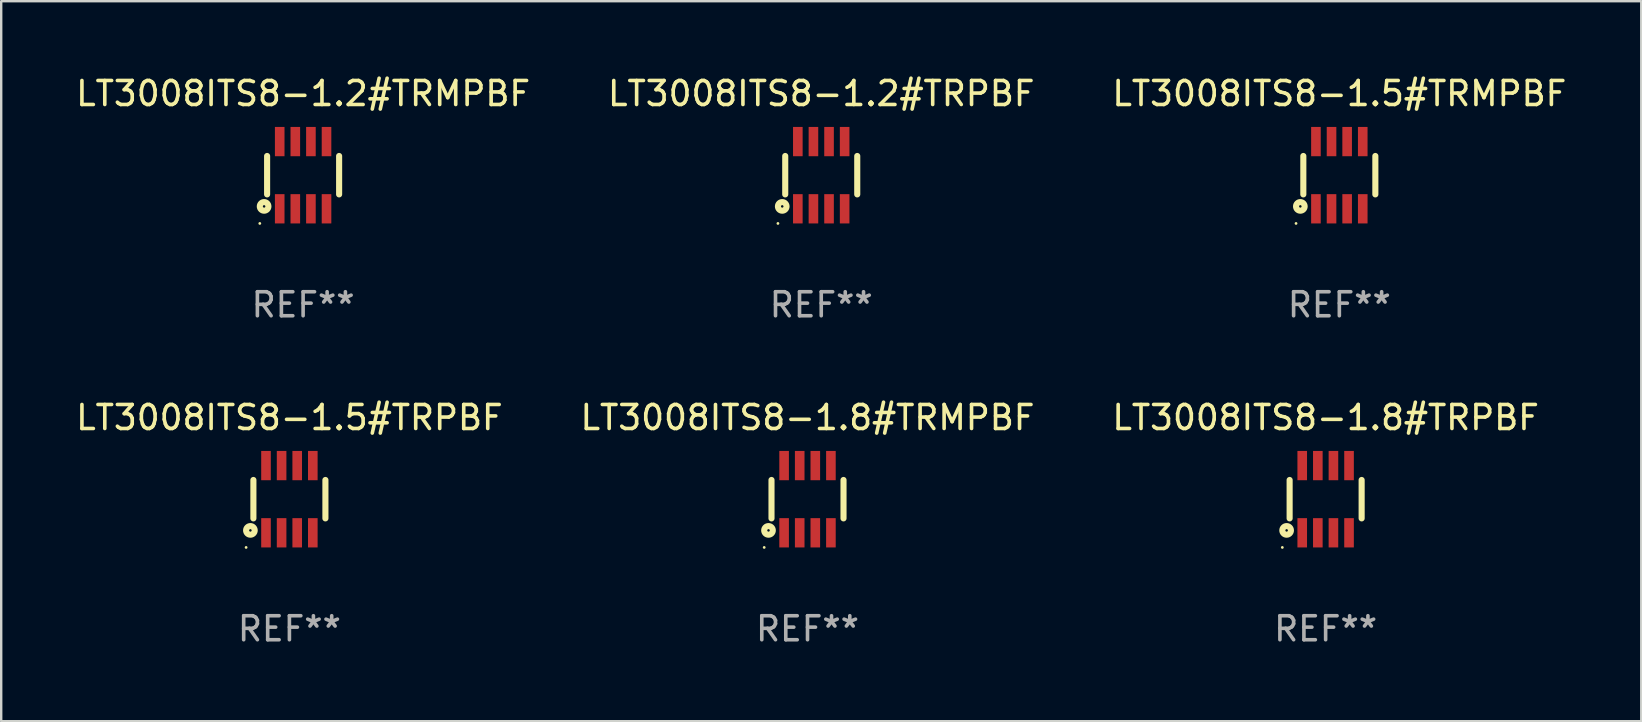
<source format=kicad_pcb>
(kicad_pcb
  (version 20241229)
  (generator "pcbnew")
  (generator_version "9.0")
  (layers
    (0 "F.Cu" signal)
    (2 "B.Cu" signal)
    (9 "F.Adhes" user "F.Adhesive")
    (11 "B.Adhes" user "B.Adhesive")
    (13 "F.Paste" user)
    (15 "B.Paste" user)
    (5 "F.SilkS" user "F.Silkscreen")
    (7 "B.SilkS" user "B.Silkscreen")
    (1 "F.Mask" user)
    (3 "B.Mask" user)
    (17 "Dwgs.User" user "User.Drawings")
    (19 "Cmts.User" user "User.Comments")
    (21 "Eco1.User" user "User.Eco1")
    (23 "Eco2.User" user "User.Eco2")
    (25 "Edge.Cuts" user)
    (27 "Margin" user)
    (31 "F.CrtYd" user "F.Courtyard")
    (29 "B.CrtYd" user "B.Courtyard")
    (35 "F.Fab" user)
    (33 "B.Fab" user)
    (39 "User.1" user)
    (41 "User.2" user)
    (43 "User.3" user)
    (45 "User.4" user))
  (footprint "LT3008ITS8-1.5#TRMPBF"
    (layer "F.Cu")
    (at 52.744 4.248)
    (property "Reference" "LT3008ITS8-1.5#TRMPBF" (at 0 -3.4 0) (layer "F.SilkS") (effects (font (size 1 1) (thickness 0.15))))
    (attr through_hole)
    (fp_line (start -1.5 0.8) (end -1.5 -0.8) (stroke (width 0.254) (type solid)) (layer "F.SilkS"))
    (fp_line (start 1.5 -0.8) (end 1.5 0.8) (stroke (width 0.254) (type solid)) (layer "F.SilkS"))
    (fp_circle (center -1.804 2.01) (end -1.774 2.01) (stroke (width 0.06) (type solid)) (fill no) (layer "F.SilkS"))
    (fp_circle (center -1.625 1.3) (end -1.573 1.3) (stroke (width 0.254) (type solid)) (fill no) (layer "F.SilkS"))
    (fp_text user "REF**" (at 0 5.4 0) (layer "F.Fab") (effects (font (size 1 1) (thickness 0.15))))
    (pad "1" smd rect (at -0.975 1.4 180) (size 0.4 1.22) (layers "F.Cu" "F.Mask" "F.Paste"))
    (pad "2" smd rect (at -0.325 1.4 180) (size 0.4 1.22) (layers "F.Cu" "F.Mask" "F.Paste"))
    (pad "3" smd rect (at 0.325 1.4 180) (size 0.4 1.22) (layers "F.Cu" "F.Mask" "F.Paste"))
    (pad "4" smd rect (at 0.975 1.4 180) (size 0.4 1.22) (layers "F.Cu" "F.Mask" "F.Paste"))
    (pad "5" smd rect (at 0.975 -1.4 180) (size 0.4 1.22) (layers "F.Cu" "F.Mask" "F.Paste"))
    (pad "6" smd rect (at 0.325 -1.4 180) (size 0.4 1.22) (layers "F.Cu" "F.Mask" "F.Paste"))
    (pad "7" smd rect (at -0.325 -1.4 180) (size 0.4 1.22) (layers "F.Cu" "F.Mask" "F.Paste"))
    (pad "8" smd rect (at -0.975 -1.4 180) (size 0.4 1.22) (layers "F.Cu" "F.Mask" "F.Paste")))
  (footprint "LT3008ITS8-1.2#TRPBF"
    (layer "F.Cu")
    (at 31.161 4.248)
    (property "Reference" "LT3008ITS8-1.2#TRPBF" (at 0 -3.4 0) (layer "F.SilkS") (effects (font (size 1 1) (thickness 0.15))))
    (attr through_hole)
    (fp_line (start -1.5 0.8) (end -1.5 -0.8) (stroke (width 0.254) (type solid)) (layer "F.SilkS"))
    (fp_line (start 1.5 -0.8) (end 1.5 0.8) (stroke (width 0.254) (type solid)) (layer "F.SilkS"))
    (fp_circle (center -1.804 2.01) (end -1.774 2.01) (stroke (width 0.06) (type solid)) (fill no) (layer "F.SilkS"))
    (fp_circle (center -1.625 1.3) (end -1.573 1.3) (stroke (width 0.254) (type solid)) (fill no) (layer "F.SilkS"))
    (fp_text user "REF**" (at 0 5.4 0) (layer "F.Fab") (effects (font (size 1 1) (thickness 0.15))))
    (pad "1" smd rect (at -0.975 1.4 180) (size 0.4 1.22) (layers "F.Cu" "F.Mask" "F.Paste"))
    (pad "2" smd rect (at -0.325 1.4 180) (size 0.4 1.22) (layers "F.Cu" "F.Mask" "F.Paste"))
    (pad "3" smd rect (at 0.325 1.4 180) (size 0.4 1.22) (layers "F.Cu" "F.Mask" "F.Paste"))
    (pad "4" smd rect (at 0.975 1.4 180) (size 0.4 1.22) (layers "F.Cu" "F.Mask" "F.Paste"))
    (pad "5" smd rect (at 0.975 -1.4 180) (size 0.4 1.22) (layers "F.Cu" "F.Mask" "F.Paste"))
    (pad "6" smd rect (at 0.325 -1.4 180) (size 0.4 1.22) (layers "F.Cu" "F.Mask" "F.Paste"))
    (pad "7" smd rect (at -0.325 -1.4 180) (size 0.4 1.22) (layers "F.Cu" "F.Mask" "F.Paste"))
    (pad "8" smd rect (at -0.975 -1.4 180) (size 0.4 1.22) (layers "F.Cu" "F.Mask" "F.Paste")))
  (footprint "LT3008ITS8-1.5#TRPBF"
    (layer "F.Cu")
    (at 9.006 17.745)
    (property "Reference" "LT3008ITS8-1.5#TRPBF" (at 0 -3.4 0) (layer "F.SilkS") (effects (font (size 1 1) (thickness 0.15))))
    (attr through_hole)
    (fp_line (start -1.5 0.8) (end -1.5 -0.8) (stroke (width 0.254) (type solid)) (layer "F.SilkS"))
    (fp_line (start 1.5 -0.8) (end 1.5 0.8) (stroke (width 0.254) (type solid)) (layer "F.SilkS"))
    (fp_circle (center -1.804 2.01) (end -1.774 2.01) (stroke (width 0.06) (type solid)) (fill no) (layer "F.SilkS"))
    (fp_circle (center -1.625 1.3) (end -1.573 1.3) (stroke (width 0.254) (type solid)) (fill no) (layer "F.SilkS"))
    (fp_text user "REF**" (at 0 5.4 0) (layer "F.Fab") (effects (font (size 1 1) (thickness 0.15))))
    (pad "1" smd rect (at -0.975 1.4 180) (size 0.4 1.22) (layers "F.Cu" "F.Mask" "F.Paste"))
    (pad "2" smd rect (at -0.325 1.4 180) (size 0.4 1.22) (layers "F.Cu" "F.Mask" "F.Paste"))
    (pad "3" smd rect (at 0.325 1.4 180) (size 0.4 1.22) (layers "F.Cu" "F.Mask" "F.Paste"))
    (pad "4" smd rect (at 0.975 1.4 180) (size 0.4 1.22) (layers "F.Cu" "F.Mask" "F.Paste"))
    (pad "5" smd rect (at 0.975 -1.4 180) (size 0.4 1.22) (layers "F.Cu" "F.Mask" "F.Paste"))
    (pad "6" smd rect (at 0.325 -1.4 180) (size 0.4 1.22) (layers "F.Cu" "F.Mask" "F.Paste"))
    (pad "7" smd rect (at -0.325 -1.4 180) (size 0.4 1.22) (layers "F.Cu" "F.Mask" "F.Paste"))
    (pad "8" smd rect (at -0.975 -1.4 180) (size 0.4 1.22) (layers "F.Cu" "F.Mask" "F.Paste")))
  (footprint "LT3008ITS8-1.8#TRMPBF"
    (layer "F.Cu")
    (at 30.589 17.745)
    (property "Reference" "LT3008ITS8-1.8#TRMPBF" (at 0 -3.4 0) (layer "F.SilkS") (effects (font (size 1 1) (thickness 0.15))))
    (attr through_hole)
    (fp_line (start -1.5 0.8) (end -1.5 -0.8) (stroke (width 0.254) (type solid)) (layer "F.SilkS"))
    (fp_line (start 1.5 -0.8) (end 1.5 0.8) (stroke (width 0.254) (type solid)) (layer "F.SilkS"))
    (fp_circle (center -1.804 2.01) (end -1.774 2.01) (stroke (width 0.06) (type solid)) (fill no) (layer "F.SilkS"))
    (fp_circle (center -1.625 1.3) (end -1.573 1.3) (stroke (width 0.254) (type solid)) (fill no) (layer "F.SilkS"))
    (fp_text user "REF**" (at 0 5.4 0) (layer "F.Fab") (effects (font (size 1 1) (thickness 0.15))))
    (pad "1" smd rect (at -0.975 1.4 180) (size 0.4 1.22) (layers "F.Cu" "F.Mask" "F.Paste"))
    (pad "2" smd rect (at -0.325 1.4 180) (size 0.4 1.22) (layers "F.Cu" "F.Mask" "F.Paste"))
    (pad "3" smd rect (at 0.325 1.4 180) (size 0.4 1.22) (layers "F.Cu" "F.Mask" "F.Paste"))
    (pad "4" smd rect (at 0.975 1.4 180) (size 0.4 1.22) (layers "F.Cu" "F.Mask" "F.Paste"))
    (pad "5" smd rect (at 0.975 -1.4 180) (size 0.4 1.22) (layers "F.Cu" "F.Mask" "F.Paste"))
    (pad "6" smd rect (at 0.325 -1.4 180) (size 0.4 1.22) (layers "F.Cu" "F.Mask" "F.Paste"))
    (pad "7" smd rect (at -0.325 -1.4 180) (size 0.4 1.22) (layers "F.Cu" "F.Mask" "F.Paste"))
    (pad "8" smd rect (at -0.975 -1.4 180) (size 0.4 1.22) (layers "F.Cu" "F.Mask" "F.Paste")))
  (footprint "LT3008ITS8-1.8#TRPBF"
    (layer "F.Cu")
    (at 52.173 17.745)
    (property "Reference" "LT3008ITS8-1.8#TRPBF" (at 0 -3.4 0) (layer "F.SilkS") (effects (font (size 1 1) (thickness 0.15))))
    (attr through_hole)
    (fp_line (start -1.5 0.8) (end -1.5 -0.8) (stroke (width 0.254) (type solid)) (layer "F.SilkS"))
    (fp_line (start 1.5 -0.8) (end 1.5 0.8) (stroke (width 0.254) (type solid)) (layer "F.SilkS"))
    (fp_circle (center -1.804 2.01) (end -1.774 2.01) (stroke (width 0.06) (type solid)) (fill no) (layer "F.SilkS"))
    (fp_circle (center -1.625 1.3) (end -1.573 1.3) (stroke (width 0.254) (type solid)) (fill no) (layer "F.SilkS"))
    (fp_text user "REF**" (at 0 5.4 0) (layer "F.Fab") (effects (font (size 1 1) (thickness 0.15))))
    (pad "1" smd rect (at -0.975 1.4 180) (size 0.4 1.22) (layers "F.Cu" "F.Mask" "F.Paste"))
    (pad "2" smd rect (at -0.325 1.4 180) (size 0.4 1.22) (layers "F.Cu" "F.Mask" "F.Paste"))
    (pad "3" smd rect (at 0.325 1.4 180) (size 0.4 1.22) (layers "F.Cu" "F.Mask" "F.Paste"))
    (pad "4" smd rect (at 0.975 1.4 180) (size 0.4 1.22) (layers "F.Cu" "F.Mask" "F.Paste"))
    (pad "5" smd rect (at 0.975 -1.4 180) (size 0.4 1.22) (layers "F.Cu" "F.Mask" "F.Paste"))
    (pad "6" smd rect (at 0.325 -1.4 180) (size 0.4 1.22) (layers "F.Cu" "F.Mask" "F.Paste"))
    (pad "7" smd rect (at -0.325 -1.4 180) (size 0.4 1.22) (layers "F.Cu" "F.Mask" "F.Paste"))
    (pad "8" smd rect (at -0.975 -1.4 180) (size 0.4 1.22) (layers "F.Cu" "F.Mask" "F.Paste")))
  (footprint "LT3008ITS8-1.2#TRMPBF"
    (layer "F.Cu")
    (at 9.577 4.248)
    (property "Reference" "LT3008ITS8-1.2#TRMPBF" (at 0 -3.4 0) (layer "F.SilkS") (effects (font (size 1 1) (thickness 0.15))))
    (attr through_hole)
    (fp_line (start -1.5 0.8) (end -1.5 -0.8) (stroke (width 0.254) (type solid)) (layer "F.SilkS"))
    (fp_line (start 1.5 -0.8) (end 1.5 0.8) (stroke (width 0.254) (type solid)) (layer "F.SilkS"))
    (fp_circle (center -1.804 2.01) (end -1.774 2.01) (stroke (width 0.06) (type solid)) (fill no) (layer "F.SilkS"))
    (fp_circle (center -1.625 1.3) (end -1.573 1.3) (stroke (width 0.254) (type solid)) (fill no) (layer "F.SilkS"))
    (fp_text user "REF**" (at 0 5.4 0) (layer "F.Fab") (effects (font (size 1 1) (thickness 0.15))))
    (pad "1" smd rect (at -0.975 1.4 180) (size 0.4 1.22) (layers "F.Cu" "F.Mask" "F.Paste"))
    (pad "2" smd rect (at -0.325 1.4 180) (size 0.4 1.22) (layers "F.Cu" "F.Mask" "F.Paste"))
    (pad "3" smd rect (at 0.325 1.4 180) (size 0.4 1.22) (layers "F.Cu" "F.Mask" "F.Paste"))
    (pad "4" smd rect (at 0.975 1.4 180) (size 0.4 1.22) (layers "F.Cu" "F.Mask" "F.Paste"))
    (pad "5" smd rect (at 0.975 -1.4 180) (size 0.4 1.22) (layers "F.Cu" "F.Mask" "F.Paste"))
    (pad "6" smd rect (at 0.325 -1.4 180) (size 0.4 1.22) (layers "F.Cu" "F.Mask" "F.Paste"))
    (pad "7" smd rect (at -0.325 -1.4 180) (size 0.4 1.22) (layers "F.Cu" "F.Mask" "F.Paste"))
    (pad "8" smd rect (at -0.975 -1.4 180) (size 0.4 1.22) (layers "F.Cu" "F.Mask" "F.Paste")))
  (gr_rect
    (start -3 -3)
    (end 65.321 26.993)
    (stroke (width 0.1) (type default))
    (fill no)
    (layer "Edge.Cuts")))
</source>
